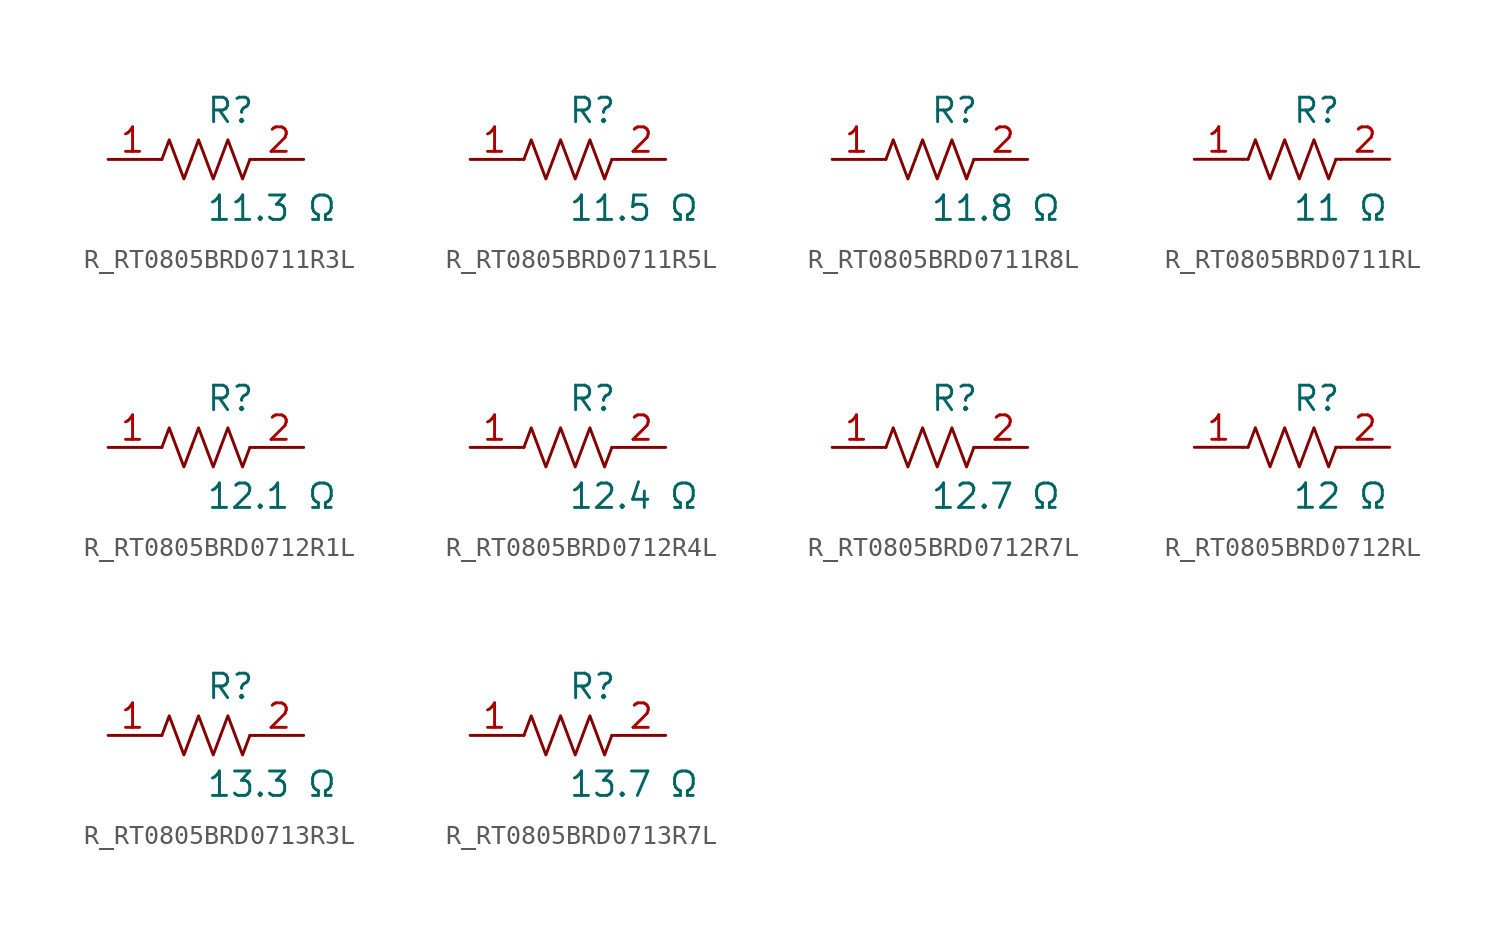
<source format=kicad_sym>
(kicad_symbol_lib
  (version 20231120)
  (generator kicad_symbol_editor)
  (generator_version 8.0)
  (symbol "R_RT0805BRD0711R3L"
    (pin_names
      (offset 0.254))
    (property "Reference" "R"
      (at 0.0 2.54 0)
      (effects (font (size 1.27 1.27)) (justify left)))
    (property "Value" "11.3 Ω"
      (at 0.0 -2.54 0)
      (effects (font (size 1.27 1.27)) (justify left)))
    (symbol "R_RT0805BRD0711R3L_0_1"
      (polyline (pts (xy 2.286 0) (xy 2.54 0)) (stroke (width 0) (type default)) (fill (type none)))
      (polyline (pts (xy -2.286 0) (xy -2.54 0)) (stroke (width 0) (type default)) (fill (type none)))
      (polyline (pts (xy 0.762 0) (xy 1.143 1.016) (xy 1.524 0) (xy 1.905 -1.016) (xy 2.286 0)) (stroke (width 0) (type default)) (fill (type none)))
      (polyline (pts (xy -0.762 0) (xy -0.381 1.016) (xy 0 0) (xy 0.381 -1.016) (xy 0.762 0)) (stroke (width 0) (type default)) (fill (type none)))
      (polyline (pts (xy -2.286 0) (xy -1.905 1.016) (xy -1.524 0) (xy -1.143 -1.016) (xy -0.762 0)) (stroke (width 0) (type default)) (fill (type none))))
    (pin unspecified line
      (at -5.08 0 0)
      (length 2.54)
      (name "" (effects (font (size 1.27 1.27))))
      (number "1" (effects (font (size 1.27 1.27)))))
    (pin unspecified line
      (at 5.08 0 180)
      (length 2.54)
      (name "" (effects (font (size 1.27 1.27))))
      (number "2" (effects (font (size 1.27 1.27))))))
  (symbol "R_RT0805BRD0711R5L"
    (pin_names
      (offset 0.254))
    (property "Reference" "R"
      (at 0.0 2.54 0)
      (effects (font (size 1.27 1.27)) (justify left)))
    (property "Value" "11.5 Ω"
      (at 0.0 -2.54 0)
      (effects (font (size 1.27 1.27)) (justify left)))
    (symbol "R_RT0805BRD0711R5L_0_1"
      (polyline (pts (xy 2.286 0) (xy 2.54 0)) (stroke (width 0) (type default)) (fill (type none)))
      (polyline (pts (xy -2.286 0) (xy -2.54 0)) (stroke (width 0) (type default)) (fill (type none)))
      (polyline (pts (xy 0.762 0) (xy 1.143 1.016) (xy 1.524 0) (xy 1.905 -1.016) (xy 2.286 0)) (stroke (width 0) (type default)) (fill (type none)))
      (polyline (pts (xy -0.762 0) (xy -0.381 1.016) (xy 0 0) (xy 0.381 -1.016) (xy 0.762 0)) (stroke (width 0) (type default)) (fill (type none)))
      (polyline (pts (xy -2.286 0) (xy -1.905 1.016) (xy -1.524 0) (xy -1.143 -1.016) (xy -0.762 0)) (stroke (width 0) (type default)) (fill (type none))))
    (pin unspecified line
      (at -5.08 0 0)
      (length 2.54)
      (name "" (effects (font (size 1.27 1.27))))
      (number "1" (effects (font (size 1.27 1.27)))))
    (pin unspecified line
      (at 5.08 0 180)
      (length 2.54)
      (name "" (effects (font (size 1.27 1.27))))
      (number "2" (effects (font (size 1.27 1.27))))))
  (symbol "R_RT0805BRD0711R8L"
    (pin_names
      (offset 0.254))
    (property "Reference" "R"
      (at 0.0 2.54 0)
      (effects (font (size 1.27 1.27)) (justify left)))
    (property "Value" "11.8 Ω"
      (at 0.0 -2.54 0)
      (effects (font (size 1.27 1.27)) (justify left)))
    (symbol "R_RT0805BRD0711R8L_0_1"
      (polyline (pts (xy 2.286 0) (xy 2.54 0)) (stroke (width 0) (type default)) (fill (type none)))
      (polyline (pts (xy -2.286 0) (xy -2.54 0)) (stroke (width 0) (type default)) (fill (type none)))
      (polyline (pts (xy 0.762 0) (xy 1.143 1.016) (xy 1.524 0) (xy 1.905 -1.016) (xy 2.286 0)) (stroke (width 0) (type default)) (fill (type none)))
      (polyline (pts (xy -0.762 0) (xy -0.381 1.016) (xy 0 0) (xy 0.381 -1.016) (xy 0.762 0)) (stroke (width 0) (type default)) (fill (type none)))
      (polyline (pts (xy -2.286 0) (xy -1.905 1.016) (xy -1.524 0) (xy -1.143 -1.016) (xy -0.762 0)) (stroke (width 0) (type default)) (fill (type none))))
    (pin unspecified line
      (at -5.08 0 0)
      (length 2.54)
      (name "" (effects (font (size 1.27 1.27))))
      (number "1" (effects (font (size 1.27 1.27)))))
    (pin unspecified line
      (at 5.08 0 180)
      (length 2.54)
      (name "" (effects (font (size 1.27 1.27))))
      (number "2" (effects (font (size 1.27 1.27))))))
  (symbol "R_RT0805BRD0711RL"
    (pin_names
      (offset 0.254))
    (property "Reference" "R"
      (at 0.0 2.54 0)
      (effects (font (size 1.27 1.27)) (justify left)))
    (property "Value" "11 Ω"
      (at 0.0 -2.54 0)
      (effects (font (size 1.27 1.27)) (justify left)))
    (symbol "R_RT0805BRD0711RL_0_1"
      (polyline (pts (xy 2.286 0) (xy 2.54 0)) (stroke (width 0) (type default)) (fill (type none)))
      (polyline (pts (xy -2.286 0) (xy -2.54 0)) (stroke (width 0) (type default)) (fill (type none)))
      (polyline (pts (xy 0.762 0) (xy 1.143 1.016) (xy 1.524 0) (xy 1.905 -1.016) (xy 2.286 0)) (stroke (width 0) (type default)) (fill (type none)))
      (polyline (pts (xy -0.762 0) (xy -0.381 1.016) (xy 0 0) (xy 0.381 -1.016) (xy 0.762 0)) (stroke (width 0) (type default)) (fill (type none)))
      (polyline (pts (xy -2.286 0) (xy -1.905 1.016) (xy -1.524 0) (xy -1.143 -1.016) (xy -0.762 0)) (stroke (width 0) (type default)) (fill (type none))))
    (pin unspecified line
      (at -5.08 0 0)
      (length 2.54)
      (name "" (effects (font (size 1.27 1.27))))
      (number "1" (effects (font (size 1.27 1.27)))))
    (pin unspecified line
      (at 5.08 0 180)
      (length 2.54)
      (name "" (effects (font (size 1.27 1.27))))
      (number "2" (effects (font (size 1.27 1.27))))))
  (symbol "R_RT0805BRD0712R1L"
    (pin_names
      (offset 0.254))
    (property "Reference" "R"
      (at 0.0 2.54 0)
      (effects (font (size 1.27 1.27)) (justify left)))
    (property "Value" "12.1 Ω"
      (at 0.0 -2.54 0)
      (effects (font (size 1.27 1.27)) (justify left)))
    (symbol "R_RT0805BRD0712R1L_0_1"
      (polyline (pts (xy 2.286 0) (xy 2.54 0)) (stroke (width 0) (type default)) (fill (type none)))
      (polyline (pts (xy -2.286 0) (xy -2.54 0)) (stroke (width 0) (type default)) (fill (type none)))
      (polyline (pts (xy 0.762 0) (xy 1.143 1.016) (xy 1.524 0) (xy 1.905 -1.016) (xy 2.286 0)) (stroke (width 0) (type default)) (fill (type none)))
      (polyline (pts (xy -0.762 0) (xy -0.381 1.016) (xy 0 0) (xy 0.381 -1.016) (xy 0.762 0)) (stroke (width 0) (type default)) (fill (type none)))
      (polyline (pts (xy -2.286 0) (xy -1.905 1.016) (xy -1.524 0) (xy -1.143 -1.016) (xy -0.762 0)) (stroke (width 0) (type default)) (fill (type none))))
    (pin unspecified line
      (at -5.08 0 0)
      (length 2.54)
      (name "" (effects (font (size 1.27 1.27))))
      (number "1" (effects (font (size 1.27 1.27)))))
    (pin unspecified line
      (at 5.08 0 180)
      (length 2.54)
      (name "" (effects (font (size 1.27 1.27))))
      (number "2" (effects (font (size 1.27 1.27))))))
  (symbol "R_RT0805BRD0712R4L"
    (pin_names
      (offset 0.254))
    (property "Reference" "R"
      (at 0.0 2.54 0)
      (effects (font (size 1.27 1.27)) (justify left)))
    (property "Value" "12.4 Ω"
      (at 0.0 -2.54 0)
      (effects (font (size 1.27 1.27)) (justify left)))
    (symbol "R_RT0805BRD0712R4L_0_1"
      (polyline (pts (xy 2.286 0) (xy 2.54 0)) (stroke (width 0) (type default)) (fill (type none)))
      (polyline (pts (xy -2.286 0) (xy -2.54 0)) (stroke (width 0) (type default)) (fill (type none)))
      (polyline (pts (xy 0.762 0) (xy 1.143 1.016) (xy 1.524 0) (xy 1.905 -1.016) (xy 2.286 0)) (stroke (width 0) (type default)) (fill (type none)))
      (polyline (pts (xy -0.762 0) (xy -0.381 1.016) (xy 0 0) (xy 0.381 -1.016) (xy 0.762 0)) (stroke (width 0) (type default)) (fill (type none)))
      (polyline (pts (xy -2.286 0) (xy -1.905 1.016) (xy -1.524 0) (xy -1.143 -1.016) (xy -0.762 0)) (stroke (width 0) (type default)) (fill (type none))))
    (pin unspecified line
      (at -5.08 0 0)
      (length 2.54)
      (name "" (effects (font (size 1.27 1.27))))
      (number "1" (effects (font (size 1.27 1.27)))))
    (pin unspecified line
      (at 5.08 0 180)
      (length 2.54)
      (name "" (effects (font (size 1.27 1.27))))
      (number "2" (effects (font (size 1.27 1.27))))))
  (symbol "R_RT0805BRD0712R7L"
    (pin_names
      (offset 0.254))
    (property "Reference" "R"
      (at 0.0 2.54 0)
      (effects (font (size 1.27 1.27)) (justify left)))
    (property "Value" "12.7 Ω"
      (at 0.0 -2.54 0)
      (effects (font (size 1.27 1.27)) (justify left)))
    (symbol "R_RT0805BRD0712R7L_0_1"
      (polyline (pts (xy 2.286 0) (xy 2.54 0)) (stroke (width 0) (type default)) (fill (type none)))
      (polyline (pts (xy -2.286 0) (xy -2.54 0)) (stroke (width 0) (type default)) (fill (type none)))
      (polyline (pts (xy 0.762 0) (xy 1.143 1.016) (xy 1.524 0) (xy 1.905 -1.016) (xy 2.286 0)) (stroke (width 0) (type default)) (fill (type none)))
      (polyline (pts (xy -0.762 0) (xy -0.381 1.016) (xy 0 0) (xy 0.381 -1.016) (xy 0.762 0)) (stroke (width 0) (type default)) (fill (type none)))
      (polyline (pts (xy -2.286 0) (xy -1.905 1.016) (xy -1.524 0) (xy -1.143 -1.016) (xy -0.762 0)) (stroke (width 0) (type default)) (fill (type none))))
    (pin unspecified line
      (at -5.08 0 0)
      (length 2.54)
      (name "" (effects (font (size 1.27 1.27))))
      (number "1" (effects (font (size 1.27 1.27)))))
    (pin unspecified line
      (at 5.08 0 180)
      (length 2.54)
      (name "" (effects (font (size 1.27 1.27))))
      (number "2" (effects (font (size 1.27 1.27))))))
  (symbol "R_RT0805BRD0712RL"
    (pin_names
      (offset 0.254))
    (property "Reference" "R"
      (at 0.0 2.54 0)
      (effects (font (size 1.27 1.27)) (justify left)))
    (property "Value" "12 Ω"
      (at 0.0 -2.54 0)
      (effects (font (size 1.27 1.27)) (justify left)))
    (symbol "R_RT0805BRD0712RL_0_1"
      (polyline (pts (xy 2.286 0) (xy 2.54 0)) (stroke (width 0) (type default)) (fill (type none)))
      (polyline (pts (xy -2.286 0) (xy -2.54 0)) (stroke (width 0) (type default)) (fill (type none)))
      (polyline (pts (xy 0.762 0) (xy 1.143 1.016) (xy 1.524 0) (xy 1.905 -1.016) (xy 2.286 0)) (stroke (width 0) (type default)) (fill (type none)))
      (polyline (pts (xy -0.762 0) (xy -0.381 1.016) (xy 0 0) (xy 0.381 -1.016) (xy 0.762 0)) (stroke (width 0) (type default)) (fill (type none)))
      (polyline (pts (xy -2.286 0) (xy -1.905 1.016) (xy -1.524 0) (xy -1.143 -1.016) (xy -0.762 0)) (stroke (width 0) (type default)) (fill (type none))))
    (pin unspecified line
      (at -5.08 0 0)
      (length 2.54)
      (name "" (effects (font (size 1.27 1.27))))
      (number "1" (effects (font (size 1.27 1.27)))))
    (pin unspecified line
      (at 5.08 0 180)
      (length 2.54)
      (name "" (effects (font (size 1.27 1.27))))
      (number "2" (effects (font (size 1.27 1.27))))))
  (symbol "R_RT0805BRD0713R3L"
    (pin_names
      (offset 0.254))
    (property "Reference" "R"
      (at 0.0 2.54 0)
      (effects (font (size 1.27 1.27)) (justify left)))
    (property "Value" "13.3 Ω"
      (at 0.0 -2.54 0)
      (effects (font (size 1.27 1.27)) (justify left)))
    (symbol "R_RT0805BRD0713R3L_0_1"
      (polyline (pts (xy 2.286 0) (xy 2.54 0)) (stroke (width 0) (type default)) (fill (type none)))
      (polyline (pts (xy -2.286 0) (xy -2.54 0)) (stroke (width 0) (type default)) (fill (type none)))
      (polyline (pts (xy 0.762 0) (xy 1.143 1.016) (xy 1.524 0) (xy 1.905 -1.016) (xy 2.286 0)) (stroke (width 0) (type default)) (fill (type none)))
      (polyline (pts (xy -0.762 0) (xy -0.381 1.016) (xy 0 0) (xy 0.381 -1.016) (xy 0.762 0)) (stroke (width 0) (type default)) (fill (type none)))
      (polyline (pts (xy -2.286 0) (xy -1.905 1.016) (xy -1.524 0) (xy -1.143 -1.016) (xy -0.762 0)) (stroke (width 0) (type default)) (fill (type none))))
    (pin unspecified line
      (at -5.08 0 0)
      (length 2.54)
      (name "" (effects (font (size 1.27 1.27))))
      (number "1" (effects (font (size 1.27 1.27)))))
    (pin unspecified line
      (at 5.08 0 180)
      (length 2.54)
      (name "" (effects (font (size 1.27 1.27))))
      (number "2" (effects (font (size 1.27 1.27))))))
  (symbol "R_RT0805BRD0713R7L"
    (pin_names
      (offset 0.254))
    (property "Reference" "R"
      (at 0.0 2.54 0)
      (effects (font (size 1.27 1.27)) (justify left)))
    (property "Value" "13.7 Ω"
      (at 0.0 -2.54 0)
      (effects (font (size 1.27 1.27)) (justify left)))
    (symbol "R_RT0805BRD0713R7L_0_1"
      (polyline (pts (xy 2.286 0) (xy 2.54 0)) (stroke (width 0) (type default)) (fill (type none)))
      (polyline (pts (xy -2.286 0) (xy -2.54 0)) (stroke (width 0) (type default)) (fill (type none)))
      (polyline (pts (xy 0.762 0) (xy 1.143 1.016) (xy 1.524 0) (xy 1.905 -1.016) (xy 2.286 0)) (stroke (width 0) (type default)) (fill (type none)))
      (polyline (pts (xy -0.762 0) (xy -0.381 1.016) (xy 0 0) (xy 0.381 -1.016) (xy 0.762 0)) (stroke (width 0) (type default)) (fill (type none)))
      (polyline (pts (xy -2.286 0) (xy -1.905 1.016) (xy -1.524 0) (xy -1.143 -1.016) (xy -0.762 0)) (stroke (width 0) (type default)) (fill (type none))))
    (pin unspecified line
      (at -5.08 0 0)
      (length 2.54)
      (name "" (effects (font (size 1.27 1.27))))
      (number "1" (effects (font (size 1.27 1.27)))))
    (pin unspecified line
      (at 5.08 0 180)
      (length 2.54)
      (name "" (effects (font (size 1.27 1.27))))
      (number "2" (effects (font (size 1.27 1.27)))))))
</source>
